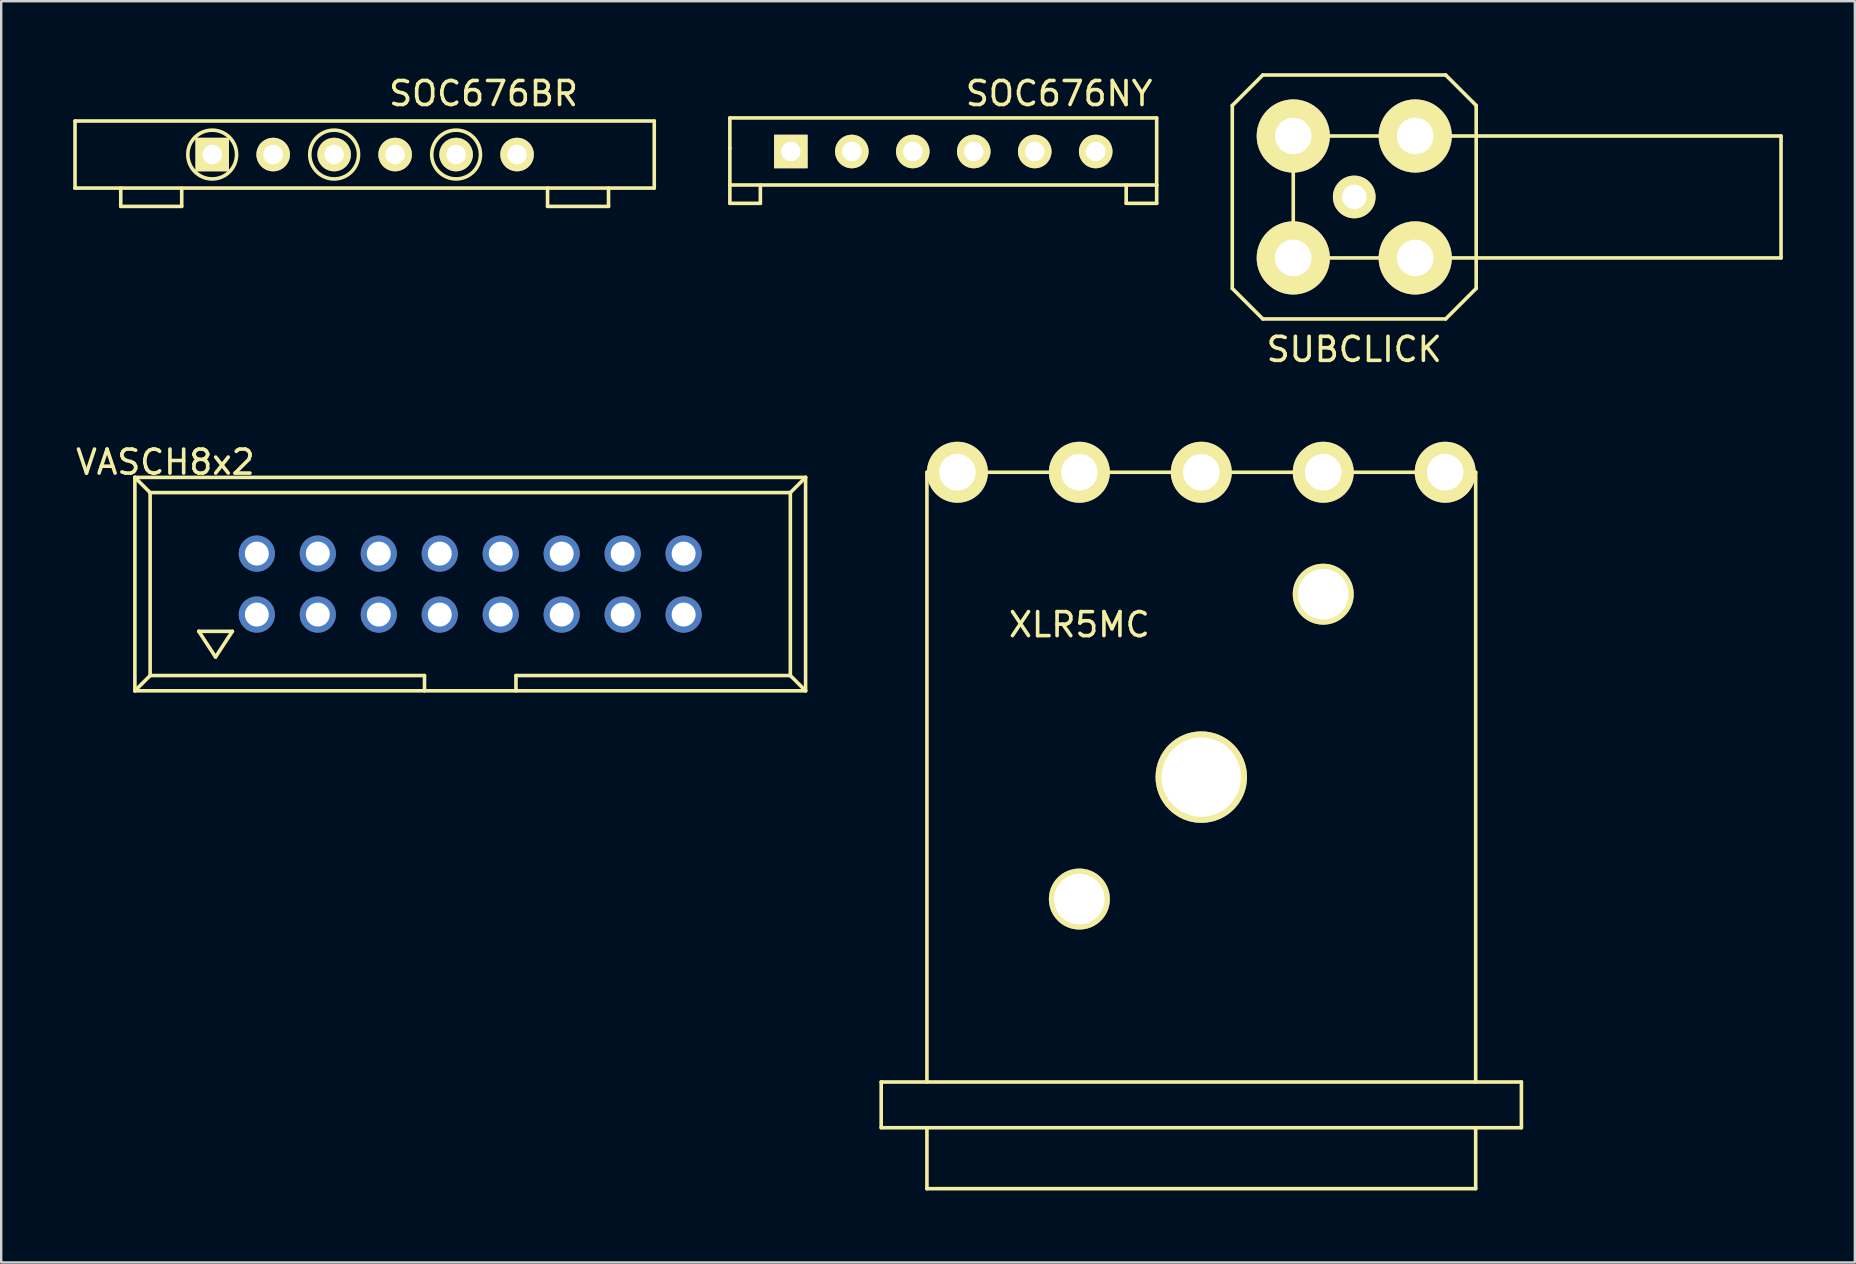
<source format=kicad_pcb>
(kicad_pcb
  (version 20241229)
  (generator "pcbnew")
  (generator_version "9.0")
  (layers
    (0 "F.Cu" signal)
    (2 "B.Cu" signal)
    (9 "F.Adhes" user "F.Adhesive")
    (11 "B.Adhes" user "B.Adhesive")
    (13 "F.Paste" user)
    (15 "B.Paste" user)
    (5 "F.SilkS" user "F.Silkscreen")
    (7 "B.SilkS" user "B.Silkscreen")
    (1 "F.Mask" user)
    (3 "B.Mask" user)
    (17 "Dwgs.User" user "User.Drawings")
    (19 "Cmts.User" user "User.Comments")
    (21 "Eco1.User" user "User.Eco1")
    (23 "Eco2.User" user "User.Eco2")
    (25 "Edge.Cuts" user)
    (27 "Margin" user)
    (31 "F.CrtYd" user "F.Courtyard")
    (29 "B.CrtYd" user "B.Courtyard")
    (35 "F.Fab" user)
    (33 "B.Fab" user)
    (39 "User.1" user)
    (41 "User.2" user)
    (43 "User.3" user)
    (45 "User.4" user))
  (footprint "SOC676BR"
    (layer "F.Cu")
    (at 12.14 3.388)
    (property "Reference" "SOC676BR" (at 4.953 -2.54 0) (layer "F.SilkS") (effects (font (size 1 1) (thickness 0.15))))
    (attr through_hole)
    (fp_line (start -12.065 -1.397) (end 12.065 -1.397) (stroke (width 0.15) (type solid)) (layer "F.SilkS"))
    (fp_line (start -12.065 1.397) (end -12.065 -1.397) (stroke (width 0.15) (type solid)) (layer "F.SilkS"))
    (fp_line (start -10.16 2.159) (end -10.16 1.397) (stroke (width 0.15) (type solid)) (layer "F.SilkS"))
    (fp_line (start -7.62 2.159) (end -10.16 2.159) (stroke (width 0.15) (type solid)) (layer "F.SilkS"))
    (fp_line (start -7.62 2.159) (end -7.62 1.397) (stroke (width 0.15) (type solid)) (layer "F.SilkS"))
    (fp_line (start 7.62 1.397) (end 7.62 2.159) (stroke (width 0.15) (type solid)) (layer "F.SilkS"))
    (fp_line (start 7.62 2.159) (end 10.16 2.159) (stroke (width 0.15) (type solid)) (layer "F.SilkS"))
    (fp_line (start 10.16 2.159) (end 10.16 1.397) (stroke (width 0.15) (type solid)) (layer "F.SilkS"))
    (fp_line (start 12.065 -1.397) (end 12.065 1.397) (stroke (width 0.15) (type solid)) (layer "F.SilkS"))
    (fp_line (start 12.065 1.397) (end -12.065 1.397) (stroke (width 0.15) (type solid)) (layer "F.SilkS"))
    (fp_circle (center -6.35 0) (end -6.35 -1.016) (stroke (width 0.15) (type solid)) (fill no) (layer "F.SilkS"))
    (fp_circle (center -1.27 0) (end -1.27 -1.016) (stroke (width 0.15) (type solid)) (fill no) (layer "F.SilkS"))
    (fp_circle (center 3.81 0) (end 3.81 -1.016) (stroke (width 0.15) (type solid)) (fill no) (layer "F.SilkS"))
    (pad "1" thru_hole rect (at -6.35 0) (size 1.397 1.397) (drill 0.813) (layers "*.Cu" "*.Mask" "F.SilkS"))
    (pad "2" thru_hole circle (at -3.81 0) (size 1.397 1.397) (drill 0.813) (layers "*.Cu" "*.Mask" "F.SilkS"))
    (pad "3" thru_hole circle (at -1.27 0) (size 1.397 1.397) (drill 0.813) (layers "*.Cu" "*.Mask" "F.SilkS"))
    (pad "4" thru_hole circle (at 1.27 0) (size 1.397 1.397) (drill 0.813) (layers "*.Cu" "*.Mask" "F.SilkS"))
    (pad "5" thru_hole circle (at 3.81 0) (size 1.397 1.397) (drill 0.813) (layers "*.Cu" "*.Mask" "F.SilkS"))
    (pad "6" thru_hole circle (at 6.35 0) (size 1.397 1.397) (drill 0.813) (layers "*.Cu" "*.Mask" "F.SilkS")))
  (footprint "VASCH8x2"
    (layer "F.Cu")
    (at 16.539 21.282)
    (property "Reference" "VASCH8x2" (at -12.7 -5.08 0) (layer "F.SilkS") (effects (font (size 1 1) (thickness 0.15))))
    (attr exclude_from_pos_files exclude_from_bom)
    (fp_line (start -13.97 -4.445) (end -13.97 4.445) (stroke (width 0.15) (type solid)) (layer "F.SilkS"))
    (fp_line (start -13.97 -4.445) (end 13.97 -4.445) (stroke (width 0.15) (type solid)) (layer "F.SilkS"))
    (fp_line (start -13.335 -3.81) (end -13.97 -4.445) (stroke (width 0.15) (type solid)) (layer "F.SilkS"))
    (fp_line (start -13.335 -3.81) (end -13.335 3.81) (stroke (width 0.15) (type solid)) (layer "F.SilkS"))
    (fp_line (start -13.335 3.81) (end -13.97 4.445) (stroke (width 0.15) (type solid)) (layer "F.SilkS"))
    (fp_line (start -13.335 3.81) (end -1.905 3.81) (stroke (width 0.15) (type solid)) (layer "F.SilkS"))
    (fp_line (start -11.308 1.968) (end -10.61 3.038) (stroke (width 0.15) (type solid)) (layer "F.SilkS"))
    (fp_line (start -10.61 3.038) (end -9.909 1.968) (stroke (width 0.15) (type solid)) (layer "F.SilkS"))
    (fp_line (start -9.909 1.968) (end -11.308 1.968) (stroke (width 0.15) (type solid)) (layer "F.SilkS"))
    (fp_line (start -1.905 3.81) (end -1.905 4.445) (stroke (width 0.15) (type solid)) (layer "F.SilkS"))
    (fp_line (start 1.905 3.81) (end 13.335 3.81) (stroke (width 0.15) (type solid)) (layer "F.SilkS"))
    (fp_line (start 1.905 4.445) (end 1.905 3.81) (stroke (width 0.15) (type solid)) (layer "F.SilkS"))
    (fp_line (start 13.335 -3.81) (end -13.335 -3.81) (stroke (width 0.15) (type solid)) (layer "F.SilkS"))
    (fp_line (start 13.335 -3.81) (end 13.97 -4.445) (stroke (width 0.15) (type solid)) (layer "F.SilkS"))
    (fp_line (start 13.335 3.81) (end 13.335 -3.81) (stroke (width 0.15) (type solid)) (layer "F.SilkS"))
    (fp_line (start 13.335 3.81) (end 13.97 4.445) (stroke (width 0.15) (type solid)) (layer "F.SilkS"))
    (fp_line (start 13.97 -4.445) (end 13.97 4.445) (stroke (width 0.15) (type solid)) (layer "F.SilkS"))
    (fp_line (start 13.97 4.445) (end -13.97 4.445) (stroke (width 0.15) (type solid)) (layer "F.SilkS"))
    (pad "1" thru_hole circle (at -8.89 1.27) (size 1.506 1.506) (drill 0.998) (layers "*.Cu" "*.Mask"))
    (pad "2" thru_hole circle (at -8.89 -1.27) (size 1.506 1.506) (drill 0.998) (layers "*.Cu" "*.Mask"))
    (pad "3" thru_hole circle (at -6.35 1.27) (size 1.506 1.506) (drill 0.998) (layers "*.Cu" "*.Mask"))
    (pad "4" thru_hole circle (at -6.35 -1.27) (size 1.506 1.506) (drill 0.998) (layers "*.Cu" "*.Mask"))
    (pad "5" thru_hole circle (at -3.81 1.27) (size 1.506 1.506) (drill 0.998) (layers "*.Cu" "*.Mask"))
    (pad "6" thru_hole circle (at -3.81 -1.27) (size 1.506 1.506) (drill 0.998) (layers "*.Cu" "*.Mask"))
    (pad "7" thru_hole circle (at -1.27 1.27) (size 1.506 1.506) (drill 0.998) (layers "*.Cu" "*.Mask"))
    (pad "8" thru_hole circle (at -1.27 -1.27) (size 1.506 1.506) (drill 0.998) (layers "*.Cu" "*.Mask"))
    (pad "9" thru_hole circle (at 1.27 1.27) (size 1.506 1.506) (drill 0.998) (layers "*.Cu" "*.Mask"))
    (pad "10" thru_hole circle (at 1.27 -1.27) (size 1.506 1.506) (drill 0.998) (layers "*.Cu" "*.Mask"))
    (pad "11" thru_hole circle (at 3.81 1.27) (size 1.506 1.506) (drill 0.998) (layers "*.Cu" "*.Mask"))
    (pad "12" thru_hole circle (at 3.81 -1.27) (size 1.506 1.506) (drill 0.998) (layers "*.Cu" "*.Mask"))
    (pad "13" thru_hole circle (at 6.35 1.27) (size 1.506 1.506) (drill 0.998) (layers "*.Cu" "*.Mask"))
    (pad "14" thru_hole circle (at 6.35 -1.27) (size 1.506 1.506) (drill 0.998) (layers "*.Cu" "*.Mask"))
    (pad "15" thru_hole circle (at 8.89 1.27) (size 1.506 1.506) (drill 0.998) (layers "*.Cu" "*.Mask"))
    (pad "16" thru_hole circle (at 8.89 -1.27) (size 1.506 1.506) (drill 0.998) (layers "*.Cu" "*.Mask")))
  (footprint "XLR5MC"
    (layer "F.Cu")
    (at 46.994 16.623)
    (property "Reference" "XLR5MC" (at -5.08 6.35 0) (layer "F.SilkS") (effects (font (size 1 1) (thickness 0.15))))
    (attr through_hole)
    (fp_line (start -13.335 25.4) (end 13.335 25.4) (stroke (width 0.15) (type solid)) (layer "F.SilkS"))
    (fp_line (start -13.335 27.305) (end -13.335 25.4) (stroke (width 0.15) (type solid)) (layer "F.SilkS"))
    (fp_line (start -11.43 0) (end 11.43 0) (stroke (width 0.15) (type solid)) (layer "F.SilkS"))
    (fp_line (start -11.43 25.4) (end -11.43 0) (stroke (width 0.15) (type solid)) (layer "F.SilkS"))
    (fp_line (start -11.43 29.845) (end -11.43 27.305) (stroke (width 0.15) (type solid)) (layer "F.SilkS"))
    (fp_line (start 11.43 25.4) (end 11.43 0) (stroke (width 0.15) (type solid)) (layer "F.SilkS"))
    (fp_line (start 11.43 27.305) (end 11.43 29.845) (stroke (width 0.15) (type solid)) (layer "F.SilkS"))
    (fp_line (start 11.43 29.845) (end -11.43 29.845) (stroke (width 0.15) (type solid)) (layer "F.SilkS"))
    (fp_line (start 13.335 27.305) (end -13.335 27.305) (stroke (width 0.15) (type solid)) (layer "F.SilkS"))
    (fp_line (start 13.335 27.305) (end 13.335 25.4) (stroke (width 0.15) (type solid)) (layer "F.SilkS"))
    (pad "" thru_hole circle (at -5.08 17.78) (size 2.54 2.54) (drill 2.108) (layers "*.Cu" "*.Mask" "F.SilkS"))
    (pad "" thru_hole circle (at 0 12.7) (size 3.81 3.81) (drill 3.302) (layers "*.Cu" "*.Mask" "F.SilkS"))
    (pad "" thru_hole circle (at 5.08 5.08) (size 2.54 2.54) (drill 2.108) (layers "*.Cu" "*.Mask" "F.SilkS"))
    (pad "1" thru_hole circle (at -10.16 0) (size 2.54 2.54) (drill 1.524) (layers "*.Cu" "*.Mask" "F.SilkS"))
    (pad "2" thru_hole circle (at -5.08 0) (size 2.54 2.54) (drill 1.524) (layers "*.Cu" "*.Mask" "F.SilkS"))
    (pad "3" thru_hole circle (at 0 0) (size 2.54 2.54) (drill 1.524) (layers "*.Cu" "*.Mask" "F.SilkS"))
    (pad "4" thru_hole circle (at 5.08 0) (size 2.54 2.54) (drill 1.524) (layers "*.Cu" "*.Mask" "F.SilkS"))
    (pad "5" thru_hole circle (at 10.16 0) (size 2.54 2.54) (drill 1.524) (layers "*.Cu" "*.Mask" "F.SilkS")))
  (footprint "SOC676NY"
    (layer "F.Cu")
    (at 36.245 3.261)
    (property "Reference" "SOC676NY" (at 4.826 -2.413 0) (layer "F.SilkS") (effects (font (size 1 1) (thickness 0.15))))
    (attr through_hole)
    (fp_line (start -8.89 -1.397) (end -8.89 -0.127) (stroke (width 0.15) (type solid)) (layer "F.SilkS"))
    (fp_line (start -8.89 -0.127) (end -8.89 1.397) (stroke (width 0.15) (type solid)) (layer "F.SilkS"))
    (fp_line (start -8.89 1.397) (end -8.89 2.159) (stroke (width 0.15) (type solid)) (layer "F.SilkS"))
    (fp_line (start -8.89 1.397) (end 8.89 1.397) (stroke (width 0.15) (type solid)) (layer "F.SilkS"))
    (fp_line (start -8.89 2.159) (end -7.62 2.159) (stroke (width 0.15) (type solid)) (layer "F.SilkS"))
    (fp_line (start -7.62 2.159) (end -7.62 1.397) (stroke (width 0.15) (type solid)) (layer "F.SilkS"))
    (fp_line (start 7.62 1.397) (end 7.62 2.159) (stroke (width 0.15) (type solid)) (layer "F.SilkS"))
    (fp_line (start 7.62 2.159) (end 8.89 2.159) (stroke (width 0.15) (type solid)) (layer "F.SilkS"))
    (fp_line (start 8.89 -1.397) (end -8.89 -1.397) (stroke (width 0.15) (type solid)) (layer "F.SilkS"))
    (fp_line (start 8.89 1.397) (end 8.89 -1.397) (stroke (width 0.15) (type solid)) (layer "F.SilkS"))
    (fp_line (start 8.89 2.159) (end 8.89 1.397) (stroke (width 0.15) (type solid)) (layer "F.SilkS"))
    (pad "1" thru_hole rect (at -6.35 0) (size 1.397 1.397) (drill 0.813) (layers "*.Cu" "*.Mask" "F.SilkS"))
    (pad "2" thru_hole circle (at -3.81 0) (size 1.397 1.397) (drill 0.813) (layers "*.Cu" "*.Mask" "F.SilkS"))
    (pad "3" thru_hole circle (at -1.27 0) (size 1.397 1.397) (drill 0.813) (layers "*.Cu" "*.Mask" "F.SilkS"))
    (pad "4" thru_hole circle (at 1.27 0) (size 1.397 1.397) (drill 0.813) (layers "*.Cu" "*.Mask" "F.SilkS"))
    (pad "5" thru_hole circle (at 3.81 0) (size 1.397 1.397) (drill 0.813) (layers "*.Cu" "*.Mask" "F.SilkS"))
    (pad "6" thru_hole circle (at 6.35 0) (size 1.397 1.397) (drill 0.813) (layers "*.Cu" "*.Mask" "F.SilkS")))
  (footprint "SUBCLICK"
    (layer "F.Cu")
    (at 53.365 5.155)
    (property "Reference" "SUBCLICK" (at 0 6.35 0) (layer "F.SilkS") (effects (font (size 1 1) (thickness 0.15))))
    (attr through_hole)
    (fp_line (start -5.08 -3.81) (end -3.81 -5.08) (stroke (width 0.15) (type solid)) (layer "F.SilkS"))
    (fp_line (start -5.08 3.81) (end -5.08 -3.81) (stroke (width 0.15) (type solid)) (layer "F.SilkS"))
    (fp_line (start -3.81 -5.08) (end 3.81 -5.08) (stroke (width 0.15) (type solid)) (layer "F.SilkS"))
    (fp_line (start -3.81 5.08) (end -5.08 3.81) (stroke (width 0.15) (type solid)) (layer "F.SilkS"))
    (fp_line (start -2.54 -1.27) (end -1.27 -2.54) (stroke (width 0.15) (type solid)) (layer "F.SilkS"))
    (fp_line (start -2.54 1.27) (end -2.54 -1.27) (stroke (width 0.15) (type solid)) (layer "F.SilkS"))
    (fp_line (start -1.27 -2.54) (end 17.78 -2.54) (stroke (width 0.15) (type solid)) (layer "F.SilkS"))
    (fp_line (start -1.27 2.54) (end -2.54 1.27) (stroke (width 0.15) (type solid)) (layer "F.SilkS"))
    (fp_line (start 3.81 -5.08) (end 5.08 -3.81) (stroke (width 0.15) (type solid)) (layer "F.SilkS"))
    (fp_line (start 3.81 5.08) (end -3.81 5.08) (stroke (width 0.15) (type solid)) (layer "F.SilkS"))
    (fp_line (start 5.08 -3.81) (end 5.08 3.81) (stroke (width 0.15) (type solid)) (layer "F.SilkS"))
    (fp_line (start 5.08 3.81) (end 3.81 5.08) (stroke (width 0.15) (type solid)) (layer "F.SilkS"))
    (fp_line (start 17.78 -2.54) (end 17.78 2.54) (stroke (width 0.15) (type solid)) (layer "F.SilkS"))
    (fp_line (start 17.78 2.54) (end -1.27 2.54) (stroke (width 0.15) (type solid)) (layer "F.SilkS"))
    (pad "1" thru_hole circle (at 0 0) (size 1.778 1.778) (drill 1.016) (layers "*.Cu" "*.Mask" "F.SilkS"))
    (pad "2" thru_hole circle (at -2.54 -2.54) (size 3.048 3.048) (drill 1.524) (layers "*.Cu" "*.Mask" "F.SilkS"))
    (pad "2" thru_hole circle (at -2.54 2.54) (size 3.048 3.048) (drill 1.524) (layers "*.Cu" "*.Mask" "F.SilkS"))
    (pad "2" thru_hole circle (at 2.54 -2.54) (size 3.048 3.048) (drill 1.524) (layers "*.Cu" "*.Mask" "F.SilkS"))
    (pad "2" thru_hole circle (at 2.54 2.54) (size 3.048 3.048) (drill 1.524) (layers "*.Cu" "*.Mask" "F.SilkS")))
  (gr_rect
    (start -3 -3)
    (end 74.22 49.543)
    (stroke (width 0.1) (type default))
    (fill no)
    (layer "Edge.Cuts")))
</source>
